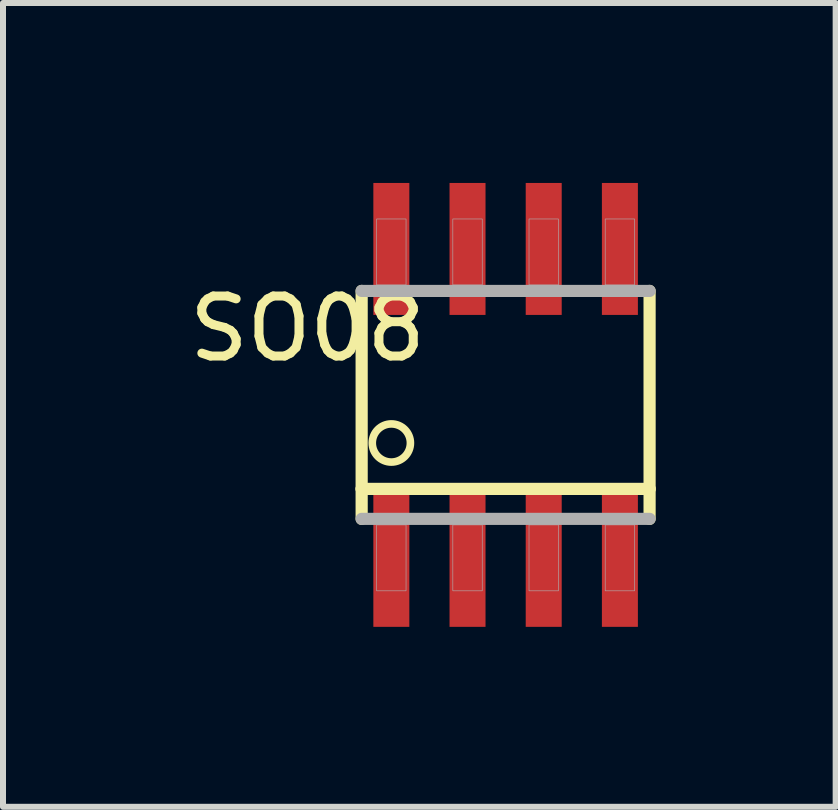
<source format=kicad_pcb>
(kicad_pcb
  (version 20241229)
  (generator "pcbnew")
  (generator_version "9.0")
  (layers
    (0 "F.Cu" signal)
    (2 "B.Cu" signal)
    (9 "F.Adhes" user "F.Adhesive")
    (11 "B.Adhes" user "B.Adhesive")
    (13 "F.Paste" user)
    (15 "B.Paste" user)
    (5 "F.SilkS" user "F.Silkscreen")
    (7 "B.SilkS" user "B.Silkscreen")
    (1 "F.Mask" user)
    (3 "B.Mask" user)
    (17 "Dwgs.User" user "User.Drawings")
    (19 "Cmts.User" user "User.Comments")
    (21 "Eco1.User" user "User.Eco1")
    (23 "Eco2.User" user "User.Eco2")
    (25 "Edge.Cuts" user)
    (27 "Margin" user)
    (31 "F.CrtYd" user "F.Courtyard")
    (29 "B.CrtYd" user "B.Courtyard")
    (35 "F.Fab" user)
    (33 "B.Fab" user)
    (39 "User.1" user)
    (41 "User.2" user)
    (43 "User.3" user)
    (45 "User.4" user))
  (footprint "SO08"
    (layer "F.Cu")
    (at 5.379 3.7)
    (property "Reference" "SO08" (at -3.302 -1.27 180) (layer "F.SilkS") (effects (font (size 1 1) (thickness 0.15))))
    (attr smd)
    (fp_line (start -2.4 1.4) (end -2.4 -1.9) (stroke (width 0.203) (type solid)) (layer "F.SilkS"))
    (fp_line (start -2.4 1.9) (end -2.4 1.4) (stroke (width 0.203) (type solid)) (layer "F.SilkS"))
    (fp_line (start 2.4 -1.9) (end 2.4 1.4) (stroke (width 0.203) (type solid)) (layer "F.SilkS"))
    (fp_line (start 2.4 1.4) (end -2.4 1.4) (stroke (width 0.203) (type solid)) (layer "F.SilkS"))
    (fp_line (start 2.4 1.4) (end 2.4 1.9) (stroke (width 0.203) (type solid)) (layer "F.SilkS"))
    (fp_circle (center -1.905 0.635) (end -1.587 0.635) (stroke (width 0.127) (type solid)) (fill no) (layer "F.SilkS"))
    (fp_line (start -2.4 -1.9) (end 2.4 -1.9) (stroke (width 0.203) (type solid)) (layer "F.Fab"))
    (fp_line (start 2.4 1.9) (end -2.4 1.9) (stroke (width 0.203) (type solid)) (layer "F.Fab"))
    (fp_poly (pts (xy -2.15 -3.1) (xy -1.66 -3.1) (xy -1.66 -2) (xy -2.15 -2)) (stroke (width 0.01) (type solid)) (fill no) (layer "F.Fab"))
    (fp_poly (pts (xy -2.15 2) (xy -1.66 2) (xy -1.66 3.1) (xy -2.15 3.1)) (stroke (width 0.01) (type solid)) (fill no) (layer "F.Fab"))
    (fp_poly (pts (xy -0.88 -3.1) (xy -0.39 -3.1) (xy -0.39 -2) (xy -0.88 -2)) (stroke (width 0.01) (type solid)) (fill no) (layer "F.Fab"))
    (fp_poly (pts (xy -0.88 2) (xy -0.39 2) (xy -0.39 3.1) (xy -0.88 3.1)) (stroke (width 0.01) (type solid)) (fill no) (layer "F.Fab"))
    (fp_poly (pts (xy 0.39 -3.1) (xy 0.88 -3.1) (xy 0.88 -2) (xy 0.39 -2)) (stroke (width 0.01) (type solid)) (fill no) (layer "F.Fab"))
    (fp_poly (pts (xy 0.39 2) (xy 0.88 2) (xy 0.88 3.1) (xy 0.39 3.1)) (stroke (width 0.01) (type solid)) (fill no) (layer "F.Fab"))
    (fp_poly (pts (xy 1.66 -3.1) (xy 2.15 -3.1) (xy 2.15 -2) (xy 1.66 -2)) (stroke (width 0.01) (type solid)) (fill no) (layer "F.Fab"))
    (fp_poly (pts (xy 1.66 2) (xy 2.15 2) (xy 2.15 3.1) (xy 1.66 3.1)) (stroke (width 0.01) (type solid)) (fill no) (layer "F.Fab"))
    (pad "1" smd rect (at -1.905 2.6) (size 0.6 2.2) (layers "F.Cu" "F.Mask" "F.Paste"))
    (pad "2" smd rect (at -0.635 2.6) (size 0.6 2.2) (layers "F.Cu" "F.Mask" "F.Paste"))
    (pad "3" smd rect (at 0.635 2.6) (size 0.6 2.2) (layers "F.Cu" "F.Mask" "F.Paste"))
    (pad "4" smd rect (at 1.905 2.6) (size 0.6 2.2) (layers "F.Cu" "F.Mask" "F.Paste"))
    (pad "5" smd rect (at 1.905 -2.6) (size 0.6 2.2) (layers "F.Cu" "F.Mask" "F.Paste"))
    (pad "6" smd rect (at 0.635 -2.6) (size 0.6 2.2) (layers "F.Cu" "F.Mask" "F.Paste"))
    (pad "7" smd rect (at -0.635 -2.6) (size 0.6 2.2) (layers "F.Cu" "F.Mask" "F.Paste"))
    (pad "8" smd rect (at -1.905 -2.6) (size 0.6 2.2) (layers "F.Cu" "F.Mask" "F.Paste")))
  (gr_rect
    (start -3 -3)
    (end 10.881 10.4)
    (stroke (width 0.1) (type default))
    (fill no)
    (layer "Edge.Cuts")))
</source>
